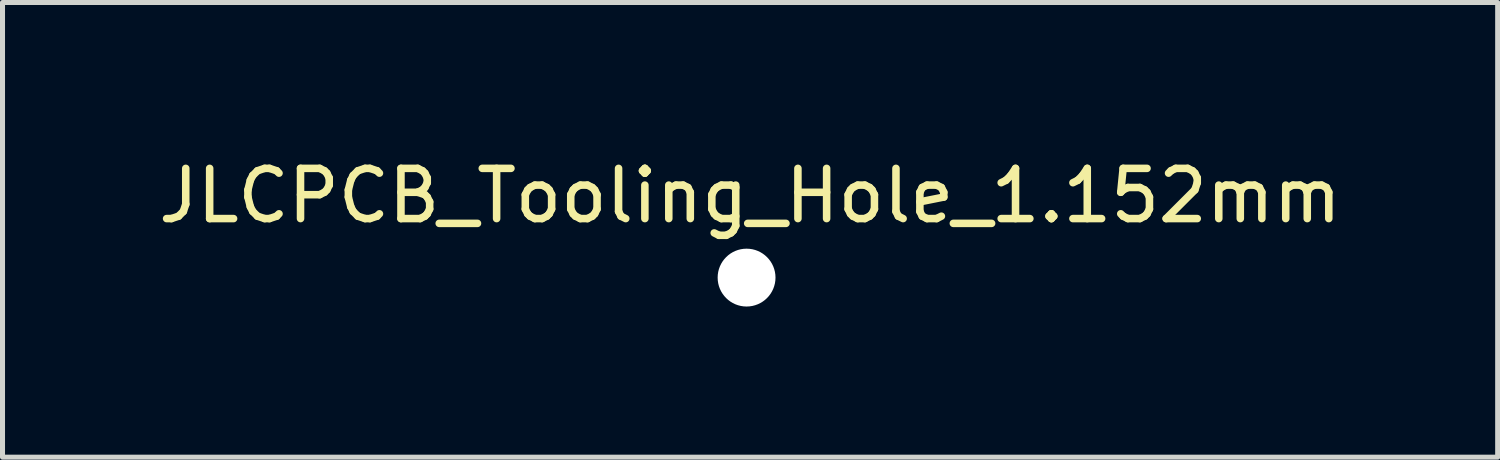
<source format=kicad_pcb>
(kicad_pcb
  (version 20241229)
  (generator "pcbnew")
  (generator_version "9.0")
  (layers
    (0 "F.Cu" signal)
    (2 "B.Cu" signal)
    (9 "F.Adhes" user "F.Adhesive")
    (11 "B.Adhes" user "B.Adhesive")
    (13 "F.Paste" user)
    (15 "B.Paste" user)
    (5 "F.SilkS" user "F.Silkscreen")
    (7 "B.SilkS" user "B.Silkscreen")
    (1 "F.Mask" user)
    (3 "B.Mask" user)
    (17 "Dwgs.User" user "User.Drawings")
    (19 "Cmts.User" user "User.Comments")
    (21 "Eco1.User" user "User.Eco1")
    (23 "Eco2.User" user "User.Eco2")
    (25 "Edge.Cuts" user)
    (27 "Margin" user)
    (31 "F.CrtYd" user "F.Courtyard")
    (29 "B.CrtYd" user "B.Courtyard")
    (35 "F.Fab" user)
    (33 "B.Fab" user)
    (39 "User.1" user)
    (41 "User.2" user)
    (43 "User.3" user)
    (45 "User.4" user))
  (footprint "JLCPCB_Tooling_Hole_1.152mm"
    (layer "F.Cu")
    (at 11.817 2.478)
    (property "Reference" "JLCPCB_Tooling_Hole_1.152mm" (at 0.07 -1.63 0) (layer "F.SilkS") (effects (font (size 1 1) (thickness 0.15))))
    (attr through_hole)
    (pad "" np_thru_hole circle (at 0 0) (size 1.152 1.152) (drill 1.152) (layers "*.Cu" "*.Mask")))
  (gr_rect
    (start -3 -3)
    (end 26.774 6.054)
    (stroke (width 0.1) (type default))
    (fill no)
    (layer "Edge.Cuts")))
</source>
